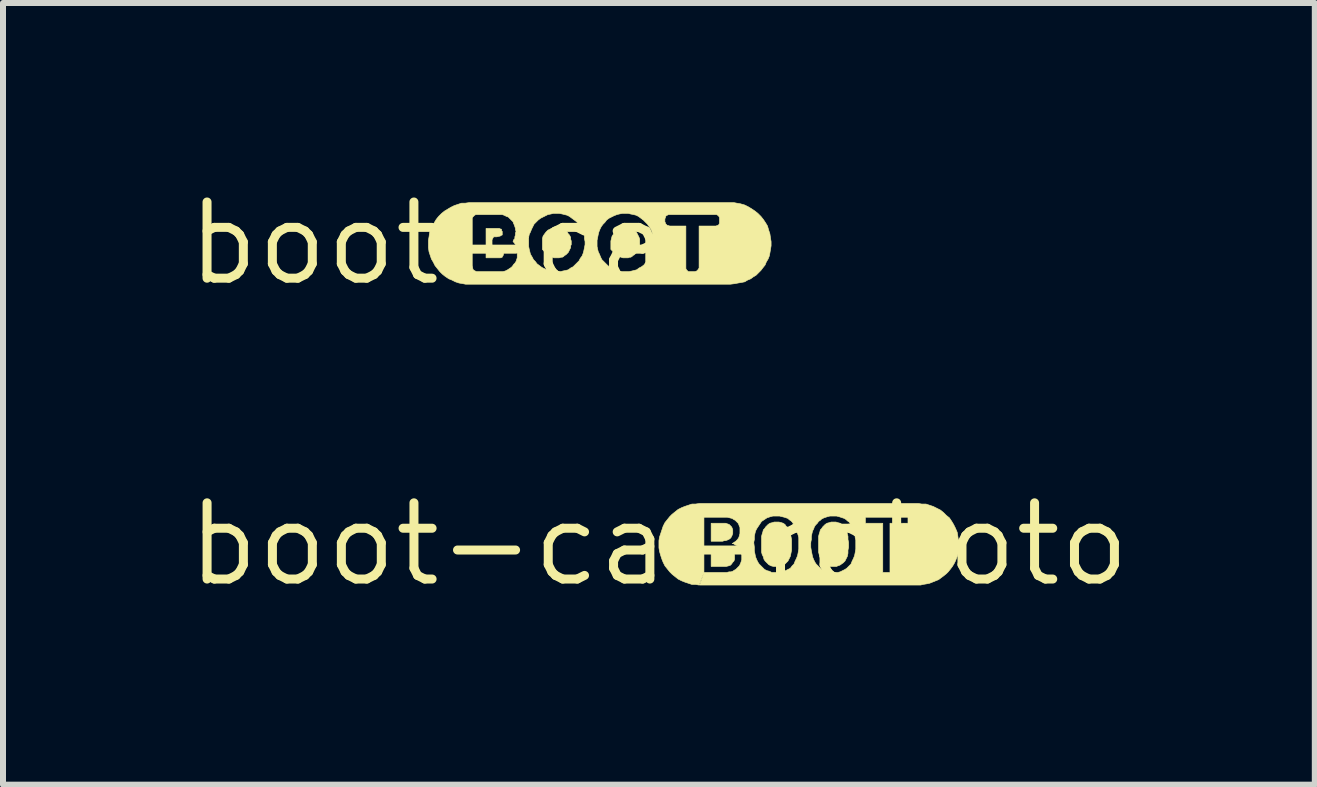
<source format=kicad_pcb>
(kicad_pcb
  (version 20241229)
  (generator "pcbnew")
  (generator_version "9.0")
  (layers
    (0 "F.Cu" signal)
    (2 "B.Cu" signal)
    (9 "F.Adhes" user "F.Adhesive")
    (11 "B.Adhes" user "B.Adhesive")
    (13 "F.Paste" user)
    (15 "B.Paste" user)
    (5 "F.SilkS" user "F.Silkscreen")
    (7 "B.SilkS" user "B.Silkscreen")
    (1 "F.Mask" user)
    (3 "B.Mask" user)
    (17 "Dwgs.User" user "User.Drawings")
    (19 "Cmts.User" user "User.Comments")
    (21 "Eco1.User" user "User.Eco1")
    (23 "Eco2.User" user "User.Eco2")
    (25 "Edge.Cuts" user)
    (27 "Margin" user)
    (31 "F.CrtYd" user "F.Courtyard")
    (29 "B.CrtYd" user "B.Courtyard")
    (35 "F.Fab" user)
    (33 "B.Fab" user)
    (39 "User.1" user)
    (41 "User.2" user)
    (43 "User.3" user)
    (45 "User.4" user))
  (footprint "boot-ca-roboto"
    (layer "F.Cu")
    (at 7.93 6.019)
    (property "Reference" "boot-ca-roboto" (at 0 0 0) (layer "F.SilkS") (effects (font (size 1.27 1.27) (thickness 0.15))))
    (attr board_only exclude_from_pos_files exclude_from_bom)
    (fp_poly (pts (xy 0.87 -0.05) (xy 1.06 -0.05) (xy 1.09 -0.06) (xy 1.11 -0.06) (xy 1.14 -0.07) (xy 1.16 -0.08) (xy 1.18 -0.09) (xy 1.2 -0.11) (xy 1.21 -0.13) (xy 1.22 -0.15) (xy 1.23 -0.18) (xy 1.23 -0.21) (xy 1.23 -0.24) (xy 1.22 -0.27) (xy 1.21 -0.29) (xy 1.19 -0.31) (xy 1.17 -0.33) (xy 1.14 -0.34) (xy 1.11 -0.35) (xy 1.06 -0.35) (xy 0.87 -0.35) (xy 0.87 -0.05)) (stroke (width 0.01) (type solid)) (fill yes) (layer "F.SilkS"))
    (fp_poly (pts (xy 0.87 0.04) (xy 0.87 0.37) (xy 1.08 0.37) (xy 1.12 0.37) (xy 1.16 0.36) (xy 1.19 0.35) (xy 1.21 0.33) (xy 1.23 0.3) (xy 1.25 0.28) (xy 1.26 0.25) (xy 1.26 0.22) (xy 1.26 0.18) (xy 1.25 0.15) (xy 1.24 0.12) (xy 1.22 0.09) (xy 1.2 0.07) (xy 1.18 0.06) (xy 1.16 0.05) (xy 1.14 0.05) (xy 1.11 0.04) (xy 1.08 0.04) (xy 0.87 0.04)) (stroke (width 0.01) (type solid)) (fill yes) (layer "F.SilkS"))
    (fp_poly (pts (xy 2.21 -0.03) (xy 2.21 -0.08) (xy 2.2 -0.13) (xy 2.19 -0.17) (xy 2.18 -0.21) (xy 2.17 -0.25) (xy 2.15 -0.28) (xy 2.12 -0.3) (xy 2.1 -0.33) (xy 2.07 -0.35) (xy 2.04 -0.36) (xy 2 -0.37) (xy 1.96 -0.37) (xy 1.92 -0.37) (xy 1.89 -0.36) (xy 1.85 -0.35) (xy 1.82 -0.33) (xy 1.8 -0.31) (xy 1.78 -0.29) (xy 1.76 -0.26) (xy 1.74 -0.24) (xy 1.73 -0.2) (xy 1.72 -0.17) (xy 1.71 -0.13) (xy 1.71 -0.09) (xy 1.71 -0.05) (xy 1.71 0.05) (xy 1.71 0.09) (xy 1.71 0.13) (xy 1.72 0.17) (xy 1.74 0.21) (xy 1.75 0.25) (xy 1.77 0.28) (xy 1.8 0.31) (xy 1.83 0.34) (xy 1.87 0.36) (xy 1.91 0.37) (xy 1.94 0.37) (xy 1.96 0.37) (xy 1.99 0.37) (xy 2.01 0.37) (xy 2.04 0.36) (xy 2.06 0.35) (xy 2.08 0.34) (xy 2.1 0.33) (xy 2.12 0.31) (xy 2.15 0.28) (xy 2.17 0.24) (xy 2.19 0.2) (xy 2.2 0.15) (xy 2.21 0.1) (xy 2.21 0.05) (xy 2.21 -0.03)) (stroke (width 0.01) (type solid)) (fill yes) (layer "F.SilkS"))
    (fp_poly (pts (xy 3.16 -0.03) (xy 3.15 -0.08) (xy 3.15 -0.13) (xy 3.14 -0.17) (xy 3.13 -0.21) (xy 3.11 -0.25) (xy 3.09 -0.28) (xy 3.07 -0.3) (xy 3.05 -0.33) (xy 3.02 -0.35) (xy 2.98 -0.36) (xy 2.95 -0.37) (xy 2.91 -0.37) (xy 2.87 -0.37) (xy 2.84 -0.36) (xy 2.8 -0.35) (xy 2.77 -0.33) (xy 2.75 -0.31) (xy 2.73 -0.29) (xy 2.71 -0.26) (xy 2.69 -0.24) (xy 2.68 -0.2) (xy 2.67 -0.17) (xy 2.66 -0.13) (xy 2.66 -0.09) (xy 2.66 -0.05) (xy 2.66 0.05) (xy 2.66 0.09) (xy 2.66 0.13) (xy 2.67 0.17) (xy 2.68 0.21) (xy 2.7 0.25) (xy 2.72 0.28) (xy 2.75 0.31) (xy 2.78 0.34) (xy 2.82 0.36) (xy 2.86 0.37) (xy 2.89 0.37) (xy 2.91 0.37) (xy 2.94 0.37) (xy 2.96 0.37) (xy 2.98 0.36) (xy 3.01 0.35) (xy 3.03 0.34) (xy 3.04 0.33) (xy 3.07 0.31) (xy 3.1 0.28) (xy 3.12 0.24) (xy 3.14 0.2) (xy 3.15 0.15) (xy 3.15 0.1) (xy 3.16 0.05) (xy 3.16 -0.03)) (stroke (width 0.01) (type solid)) (fill yes) (layer "F.SilkS"))
    (fp_poly (pts (xy 0.68 -0.68) (xy 0.61 -0.67) (xy 0.55 -0.67) (xy 0.49 -0.65) (xy 0.43 -0.63) (xy 0.38 -0.61) (xy 0.32 -0.58) (xy 0.27 -0.54) (xy 0.22 -0.5) (xy 0.18 -0.46) (xy 0.14 -0.41) (xy 0.1 -0.36) (xy 0.07 -0.3) (xy 0.05 -0.24) (xy 0.03 -0.18) (xy 0.01 -0.12) (xy 0 -0.06) (xy 0 0) (xy 0 0.06) (xy 0.01 0.12) (xy 0.03 0.19) (xy 0.05 0.25) (xy 0.07 0.3) (xy 0.1 0.36) (xy 0.14 0.41) (xy 0.18 0.46) (xy 0.22 0.5) (xy 0.27 0.54) (xy 0.32 0.58) (xy 0.38 0.61) (xy 0.43 0.63) (xy 0.49 0.65) (xy 0.55 0.67) (xy 0.61 0.67) (xy 0.67 0.68) (xy 0.75 0.47) (xy 0.75 -0.45) (xy 1.05 -0.45) (xy 1.1 -0.45) (xy 1.14 -0.45) (xy 1.18 -0.44) (xy 1.22 -0.43) (xy 1.25 -0.41) (xy 1.27 -0.4) (xy 1.29 -0.38) (xy 1.3 -0.37) (xy 1.32 -0.35) (xy 1.33 -0.33) (xy 1.34 -0.3) (xy 1.35 -0.28) (xy 1.35 -0.25) (xy 1.35 -0.21) (xy 1.35 -0.18) (xy 1.34 -0.14) (xy 1.33 -0.11) (xy 1.31 -0.08) (xy 1.28 -0.05) (xy 1.25 -0.03) (xy 1.22 -0.01) (xy 1.24 -0.01) (xy 1.27 0.01) (xy 1.29 0.02) (xy 1.31 0.03) (xy 1.33 0.05) (xy 1.34 0.07) (xy 1.36 0.1) (xy 1.37 0.12) (xy 1.37 0.15) (xy 1.59 0.11) (xy 1.59 0.05) (xy 1.58 -0.03) (xy 1.59 -0.08) (xy 1.59 -0.13) (xy 1.6 -0.18) (xy 1.61 -0.22) (xy 1.63 -0.26) (xy 1.65 -0.29) (xy 1.67 -0.32) (xy 1.69 -0.35) (xy 1.71 -0.38) (xy 1.74 -0.4) (xy 1.77 -0.42) (xy 1.8 -0.44) (xy 1.83 -0.45) (xy 1.86 -0.46) (xy 1.9 -0.47) (xy 1.94 -0.47) (xy 1.98 -0.47) (xy 2.01 -0.47) (xy 2.05 -0.46) (xy 2.09 -0.45) (xy 2.12 -0.44) (xy 2.15 -0.43) (xy 2.17 -0.41) (xy 2.2 -0.39) (xy 2.22 -0.37) (xy 2.24 -0.34) (xy 2.26 -0.32) (xy 2.27 -0.29) (xy 2.29 -0.25) (xy 2.3 -0.22) (xy 2.31 -0.18) (xy 2.32 -0.15) (xy 2.33 -0.11) (xy 2.33 -0.07) (xy 2.33 0.03) (xy 2.53 0.05) (xy 2.53 -0.03) (xy 2.54 -0.08) (xy 2.54 -0.13) (xy 2.55 -0.18) (xy 2.56 -0.22) (xy 2.58 -0.26) (xy 2.59 -0.29) (xy 2.61 -0.32) (xy 2.64 -0.35) (xy 2.66 -0.38) (xy 2.69 -0.4) (xy 2.71 -0.42) (xy 2.75 -0.44) (xy 2.78 -0.45) (xy 2.81 -0.46) (xy 2.85 -0.47) (xy 2.88 -0.47) (xy 2.92 -0.47) (xy 2.96 -0.47) (xy 3 -0.46) (xy 3.03 -0.45) (xy 3.06 -0.44) (xy 3.09 -0.43) (xy 3.12 -0.41) (xy 3.14 -0.39) (xy 3.17 -0.37) (xy 3.19 -0.34) (xy 3.21 -0.32) (xy 3.22 -0.29) (xy 3.24 -0.25) (xy 3.44 -0.35) (xy 3.44 -0.45) (xy 4.15 -0.45) (xy 4.15 -0.35) (xy 3.85 -0.35) (xy 3.85 0.47) (xy 3.73 0.47) (xy 3.73 -0.35) (xy 3.44 -0.35) (xy 3.24 -0.25) (xy 3.25 -0.22) (xy 3.26 -0.18) (xy 3.27 -0.15) (xy 3.27 -0.11) (xy 3.28 -0.07) (xy 3.28 0.03) (xy 3.28 0.08) (xy 3.27 0.14) (xy 3.26 0.19) (xy 3.24 0.24) (xy 3.22 0.28) (xy 3.2 0.33) (xy 3.17 0.36) (xy 3.13 0.4) (xy 3.1 0.42) (xy 3.06 0.44) (xy 3.02 0.46) (xy 2.98 0.47) (xy 2.93 0.47) (xy 2.88 0.47) (xy 2.83 0.47) (xy 2.78 0.45) (xy 2.75 0.44) (xy 2.71 0.42) (xy 2.68 0.39) (xy 2.65 0.36) (xy 2.62 0.33) (xy 2.6 0.3) (xy 2.58 0.26) (xy 2.56 0.21) (xy 2.55 0.16) (xy 2.54 0.11) (xy 2.53 0.05) (xy 2.33 0.03) (xy 2.33 0.08) (xy 2.32 0.14) (xy 2.31 0.19) (xy 2.29 0.24) (xy 2.27 0.28) (xy 2.25 0.33) (xy 2.22 0.36) (xy 2.19 0.4) (xy 2.15 0.42) (xy 2.11 0.44) (xy 2.07 0.46) (xy 2.03 0.47) (xy 1.98 0.47) (xy 1.93 0.47) (xy 1.88 0.47) (xy 1.84 0.45) (xy 1.8 0.44) (xy 1.76 0.42) (xy 1.73 0.39) (xy 1.7 0.36) (xy 1.67 0.33) (xy 1.65 0.3) (xy 1.63 0.26) (xy 1.61 0.21) (xy 1.6 0.16) (xy 1.59 0.11) (xy 1.37 0.15) (xy 1.38 0.18) (xy 1.38 0.2) (xy 1.38 0.24) (xy 1.38 0.26) (xy 1.37 0.29) (xy 1.36 0.32) (xy 1.35 0.34) (xy 1.34 0.36) (xy 1.32 0.38) (xy 1.3 0.4) (xy 1.28 0.42) (xy 1.26 0.43) (xy 1.23 0.45) (xy 1.2 0.46) (xy 1.17 0.46) (xy 1.13 0.47) (xy 1.09 0.47) (xy 0.75 0.47) (xy 0.68 0.68) (xy 4.32 0.68) (xy 4.36 0.68) (xy 4.4 0.67) (xy 4.46 0.66) (xy 4.51 0.65) (xy 4.56 0.63) (xy 4.61 0.61) (xy 4.66 0.59) (xy 4.7 0.56) (xy 4.74 0.53) (xy 4.79 0.49) (xy 4.82 0.46) (xy 4.86 0.41) (xy 4.89 0.37) (xy 4.92 0.32) (xy 4.94 0.28) (xy 4.96 0.23) (xy 4.98 0.18) (xy 4.99 0.12) (xy 5 0.06) (xy 5 -0.01) (xy 4.99 -0.07) (xy 4.98 -0.14) (xy 4.97 -0.2) (xy 4.94 -0.27) (xy 4.91 -0.33) (xy 4.88 -0.38) (xy 4.84 -0.44) (xy 4.79 -0.48) (xy 4.74 -0.53) (xy 4.69 -0.57) (xy 4.63 -0.6) (xy 4.57 -0.63) (xy 4.51 -0.65) (xy 4.45 -0.67) (xy 4.38 -0.67) (xy 4.32 -0.68) (xy 0.68 -0.68)) (stroke (width 0.01) (type solid)) (fill yes) (layer "F.SilkS")))
  (footprint "boot-ca"
    (layer "F.Cu")
    (at 4.089 1.006)
    (property "Reference" "boot-ca" (at 0 0 0) (layer "F.SilkS") (effects (font (size 1.27 1.27) (thickness 0.15))))
    (attr board_only exclude_from_pos_files exclude_from_bom)
    (fp_poly (pts (xy 1.25 0.16) (xy 1.25 0.13) (xy 1.25 0.11) (xy 1.24 0.1) (xy 1.23 0.09) (xy 1.22 0.08) (xy 1.2 0.07) (xy 1.17 0.07) (xy 1.12 0.07) (xy 1.1 0.06) (xy 1.09 0.06) (xy 1.08 0.05) (xy 1.07 0.04) (xy 1.06 0.02) (xy 1.06 0) (xy 1.06 -0.03) (xy 1.06 -0.06) (xy 1.07 -0.08) (xy 1.08 -0.1) (xy 1.09 -0.11) (xy 1.11 -0.11) (xy 1.14 -0.11) (xy 1.18 -0.12) (xy 1.19 -0.12) (xy 1.21 -0.13) (xy 1.22 -0.14) (xy 1.23 -0.14) (xy 1.23 -0.2) (xy 1.22 -0.21) (xy 1.22 -0.23) (xy 1.21 -0.24) (xy 1.2 -0.24) (xy 1.18 -0.25) (xy 1.16 -0.25) (xy 0.96 -0.25) (xy 0.96 0.24) (xy 1.17 0.24) (xy 1.2 0.24) (xy 1.23 0.23) (xy 1.23 0.22) (xy 1.24 0.21) (xy 1.25 0.19) (xy 1.25 0.16)) (stroke (width 0.01) (type solid)) (fill yes) (layer "F.SilkS"))
    (fp_poly (pts (xy 1.9 0.1) (xy 1.97 0.18) (xy 2 0.19) (xy 2.03 0.22) (xy 2.07 0.23) (xy 2.09 0.24) (xy 2.11 0.24) (xy 2.14 0.24) (xy 2.16 0.24) (xy 2.18 0.24) (xy 2.21 0.23) (xy 2.23 0.23) (xy 2.25 0.22) (xy 2.27 0.2) (xy 2.29 0.19) (xy 2.31 0.17) (xy 2.33 0.15) (xy 2.34 0.13) (xy 2.35 0.11) (xy 2.36 0.09) (xy 2.37 0.07) (xy 2.37 0.04) (xy 2.38 0.02) (xy 2.38 -0.01) (xy 2.38 -0.04) (xy 2.37 -0.07) (xy 2.37 -0.1) (xy 2.36 -0.12) (xy 2.35 -0.14) (xy 2.33 -0.16) (xy 2.32 -0.18) (xy 2.29 -0.21) (xy 2.25 -0.24) (xy 2.23 -0.25) (xy 2.2 -0.26) (xy 2.18 -0.27) (xy 2.16 -0.27) (xy 2.14 -0.27) (xy 2.11 -0.27) (xy 2.09 -0.27) (xy 2.07 -0.26) (xy 2.03 -0.24) (xy 1.99 -0.22) (xy 1.96 -0.19) (xy 1.93 -0.15) (xy 1.91 -0.12) (xy 1.9 -0.08) (xy 1.9 -0.04) (xy 1.9 0.1)) (stroke (width 0.01) (type solid)) (fill yes) (layer "F.SilkS"))
    (fp_poly (pts (xy 3.04 0.1) (xy 3.12 0.18) (xy 3.14 0.19) (xy 3.18 0.22) (xy 3.21 0.23) (xy 3.24 0.24) (xy 3.26 0.24) (xy 3.28 0.24) (xy 3.31 0.24) (xy 3.33 0.24) (xy 3.35 0.23) (xy 3.37 0.23) (xy 3.39 0.22) (xy 3.41 0.2) (xy 3.43 0.19) (xy 3.45 0.17) (xy 3.47 0.15) (xy 3.48 0.13) (xy 3.5 0.11) (xy 3.5 0.09) (xy 3.51 0.07) (xy 3.52 0.04) (xy 3.52 0.02) (xy 3.52 -0.01) (xy 3.52 -0.04) (xy 3.52 -0.07) (xy 3.51 -0.1) (xy 3.5 -0.12) (xy 3.49 -0.14) (xy 3.48 -0.16) (xy 3.47 -0.18) (xy 3.43 -0.21) (xy 3.39 -0.24) (xy 3.37 -0.25) (xy 3.35 -0.26) (xy 3.33 -0.27) (xy 3.31 -0.27) (xy 3.28 -0.27) (xy 3.26 -0.27) (xy 3.24 -0.27) (xy 3.22 -0.26) (xy 3.18 -0.24) (xy 3.14 -0.22) (xy 3.1 -0.19) (xy 3.08 -0.15) (xy 3.06 -0.12) (xy 3.05 -0.08) (xy 3.04 -0.04) (xy 3.04 0.1)) (stroke (width 0.01) (type solid)) (fill yes) (layer "F.SilkS"))
    (fp_poly (pts (xy 0.68 -0.68) (xy 0.61 -0.67) (xy 0.55 -0.67) (xy 0.49 -0.65) (xy 0.43 -0.63) (xy 0.37 -0.6) (xy 0.32 -0.57) (xy 0.27 -0.54) (xy 0.22 -0.5) (xy 0.17 -0.45) (xy 0.13 -0.4) (xy 0.1 -0.35) (xy 0.07 -0.29) (xy 0.04 -0.24) (xy 0.02 -0.18) (xy 0.01 -0.11) (xy 0 -0.05) (xy 0 0.01) (xy 0 0.07) (xy 0.01 0.14) (xy 0.03 0.2) (xy 0.05 0.26) (xy 0.08 0.31) (xy 0.11 0.37) (xy 0.15 0.42) (xy 0.19 0.47) (xy 0.23 0.51) (xy 0.28 0.55) (xy 0.34 0.59) (xy 0.39 0.61) (xy 0.45 0.64) (xy 0.51 0.66) (xy 0.57 0.67) (xy 0.62 0.68) (xy 0.68 0.68) (xy 5.03 0.68) (xy 5.11 0.67) (xy 5.16 0.66) (xy 5.22 0.65) (xy 5.27 0.64) (xy 5.32 0.61) (xy 5.37 0.59) (xy 5.41 0.56) (xy 5.46 0.53) (xy 5.5 0.49) (xy 5.54 0.45) (xy 5.57 0.41) (xy 5.61 0.36) (xy 5.63 0.31) (xy 5.66 0.26) (xy 5.68 0.21) (xy 5.69 0.16) (xy 5.7 0.1) (xy 5.71 0.04) (xy 5.71 -0.03) (xy 5.7 -0.09) (xy 5.69 -0.16) (xy 5.67 -0.22) (xy 5.65 -0.29) (xy 5.62 -0.34) (xy 5.58 -0.4) (xy 5.54 -0.45) (xy 5.49 -0.5) (xy 5.44 -0.54) (xy 5.38 -0.58) (xy 5.33 -0.61) (xy 5.27 -0.64) (xy 5.2 -0.66) (xy 5.14 -0.67) (xy 5.09 -0.68) (xy 5.03 -0.68) (xy 0.68 -0.68) (xy 0.77 -0.47) (xy 0.79 -0.48) (xy 0.83 -0.48) (xy 1.19 -0.48) (xy 1.23 -0.48) (xy 1.26 -0.47) (xy 1.3 -0.45) (xy 1.33 -0.44) (xy 1.35 -0.42) (xy 1.37 -0.4) (xy 1.41 -0.36) (xy 1.42 -0.33) (xy 1.43 -0.31) (xy 1.44 -0.28) (xy 1.45 -0.25) (xy 1.45 -0.23) (xy 1.46 -0.2) (xy 1.45 -0.17) (xy 1.45 -0.14) (xy 1.44 -0.11) (xy 1.44 -0.08) (xy 1.42 -0.06) (xy 1.41 -0.03) (xy 1.43 -0.01) (xy 1.45 0.02) (xy 1.46 0.05) (xy 1.47 0.08) (xy 1.48 0.11) (xy 1.68 0.1) (xy 1.67 0.05) (xy 1.67 0) (xy 1.67 -0.05) (xy 1.67 -0.1) (xy 1.68 -0.15) (xy 1.7 -0.19) (xy 1.72 -0.24) (xy 1.74 -0.28) (xy 1.76 -0.32) (xy 1.79 -0.35) (xy 1.83 -0.39) (xy 1.87 -0.42) (xy 1.91 -0.44) (xy 1.95 -0.46) (xy 1.99 -0.48) (xy 2.04 -0.49) (xy 2.08 -0.5) (xy 2.13 -0.5) (xy 2.18 -0.5) (xy 2.23 -0.49) (xy 2.27 -0.48) (xy 2.31 -0.47) (xy 2.35 -0.45) (xy 2.39 -0.42) (xy 2.43 -0.39) (xy 2.47 -0.36) (xy 2.5 -0.32) (xy 2.53 -0.29) (xy 2.55 -0.25) (xy 2.57 -0.21) (xy 2.59 -0.17) (xy 2.6 -0.12) (xy 2.6 -0.08) (xy 2.61 -0.03) (xy 2.81 0) (xy 2.81 -0.05) (xy 2.82 -0.1) (xy 2.83 -0.15) (xy 2.84 -0.19) (xy 2.86 -0.24) (xy 2.88 -0.28) (xy 2.91 -0.32) (xy 2.94 -0.35) (xy 2.97 -0.39) (xy 3.01 -0.42) (xy 3.05 -0.44) (xy 3.09 -0.46) (xy 3.14 -0.48) (xy 3.18 -0.49) (xy 3.23 -0.5) (xy 3.28 -0.5) (xy 3.33 -0.5) (xy 3.37 -0.49) (xy 3.42 -0.48) (xy 3.46 -0.47) (xy 3.5 -0.45) (xy 3.54 -0.42) (xy 3.58 -0.39) (xy 3.61 -0.36) (xy 3.65 -0.32) (xy 3.67 -0.29) (xy 3.7 -0.25) (xy 3.72 -0.21) (xy 3.95 -0.33) (xy 3.95 -0.34) (xy 3.94 -0.36) (xy 3.94 -0.38) (xy 3.94 -0.41) (xy 3.95 -0.43) (xy 3.95 -0.44) (xy 3.96 -0.46) (xy 3.98 -0.47) (xy 4 -0.48) (xy 4.04 -0.48) (xy 4.77 -0.48) (xy 4.8 -0.48) (xy 4.82 -0.47) (xy 4.83 -0.46) (xy 4.84 -0.45) (xy 4.85 -0.43) (xy 4.85 -0.4) (xy 4.85 -0.36) (xy 4.85 -0.33) (xy 4.84 -0.32) (xy 4.84 -0.31) (xy 4.82 -0.3) (xy 4.79 -0.29) (xy 4.76 -0.29) (xy 4.51 -0.29) (xy 4.51 0.38) (xy 4.51 0.41) (xy 4.49 0.44) (xy 4.48 0.45) (xy 4.47 0.46) (xy 4.44 0.47) (xy 4.41 0.47) (xy 4.37 0.47) (xy 4.33 0.47) (xy 4.32 0.46) (xy 4.31 0.45) (xy 4.3 0.44) (xy 4.29 0.42) (xy 4.29 0.41) (xy 4.29 -0.29) (xy 4.02 -0.29) (xy 3.99 -0.3) (xy 3.98 -0.3) (xy 3.97 -0.31) (xy 3.96 -0.32) (xy 3.95 -0.33) (xy 3.72 -0.21) (xy 3.73 -0.17) (xy 3.74 -0.12) (xy 3.75 -0.08) (xy 3.75 -0.03) (xy 3.75 0.02) (xy 3.75 0.07) (xy 3.74 0.12) (xy 3.72 0.16) (xy 3.7 0.21) (xy 3.68 0.25) (xy 3.65 0.29) (xy 3.62 0.32) (xy 3.59 0.36) (xy 3.55 0.39) (xy 3.51 0.41) (xy 3.47 0.44) (xy 3.43 0.45) (xy 3.39 0.46) (xy 3.34 0.47) (xy 3.29 0.47) (xy 3.24 0.47) (xy 3.2 0.47) (xy 3.15 0.46) (xy 3.11 0.44) (xy 3.07 0.42) (xy 3.03 0.4) (xy 2.99 0.37) (xy 2.96 0.34) (xy 2.92 0.3) (xy 2.89 0.27) (xy 2.87 0.23) (xy 2.85 0.18) (xy 2.83 0.14) (xy 2.82 0.1) (xy 2.81 0.05) (xy 2.81 0) (xy 2.61 -0.03) (xy 2.61 0.02) (xy 2.6 0.07) (xy 2.59 0.12) (xy 2.58 0.16) (xy 2.56 0.21) (xy 2.53 0.25) (xy 2.51 0.29) (xy 2.48 0.32) (xy 2.44 0.36) (xy 2.41 0.39) (xy 2.37 0.41) (xy 2.33 0.44) (xy 2.29 0.45) (xy 2.24 0.46) (xy 2.2 0.47) (xy 2.15 0.47) (xy 2.1 0.47) (xy 2.05 0.47) (xy 2.01 0.46) (xy 1.97 0.44) (xy 1.93 0.42) (xy 1.89 0.4) (xy 1.85 0.37) (xy 1.81 0.34) (xy 1.78 0.3) (xy 1.75 0.27) (xy 1.73 0.23) (xy 1.7 0.18) (xy 1.69 0.14) (xy 1.68 0.1) (xy 1.48 0.11) (xy 1.48 0.14) (xy 1.48 0.18) (xy 1.48 0.21) (xy 1.48 0.24) (xy 1.47 0.27) (xy 1.46 0.3) (xy 1.44 0.33) (xy 1.42 0.35) (xy 1.4 0.38) (xy 1.38 0.4) (xy 1.35 0.42) (xy 1.32 0.44) (xy 1.28 0.46) (xy 1.24 0.47) (xy 1.2 0.47) (xy 0.82 0.47) (xy 0.8 0.47) (xy 0.78 0.46) (xy 0.76 0.45) (xy 0.75 0.44) (xy 0.74 0.43) (xy 0.74 0.42) (xy 0.73 0.37) (xy 0.73 -0.41) (xy 0.73 -0.42) (xy 0.74 -0.44) (xy 0.75 -0.45) (xy 0.76 -0.46) (xy 0.77 -0.47) (xy 0.68 -0.68)) (stroke (width 0.01) (type solid)) (fill yes) (layer "F.SilkS")))
  (gr_rect
    (start -3 -3)
    (end 18.859 10.025)
    (stroke (width 0.1) (type default))
    (fill no)
    (layer "Edge.Cuts")))
</source>
